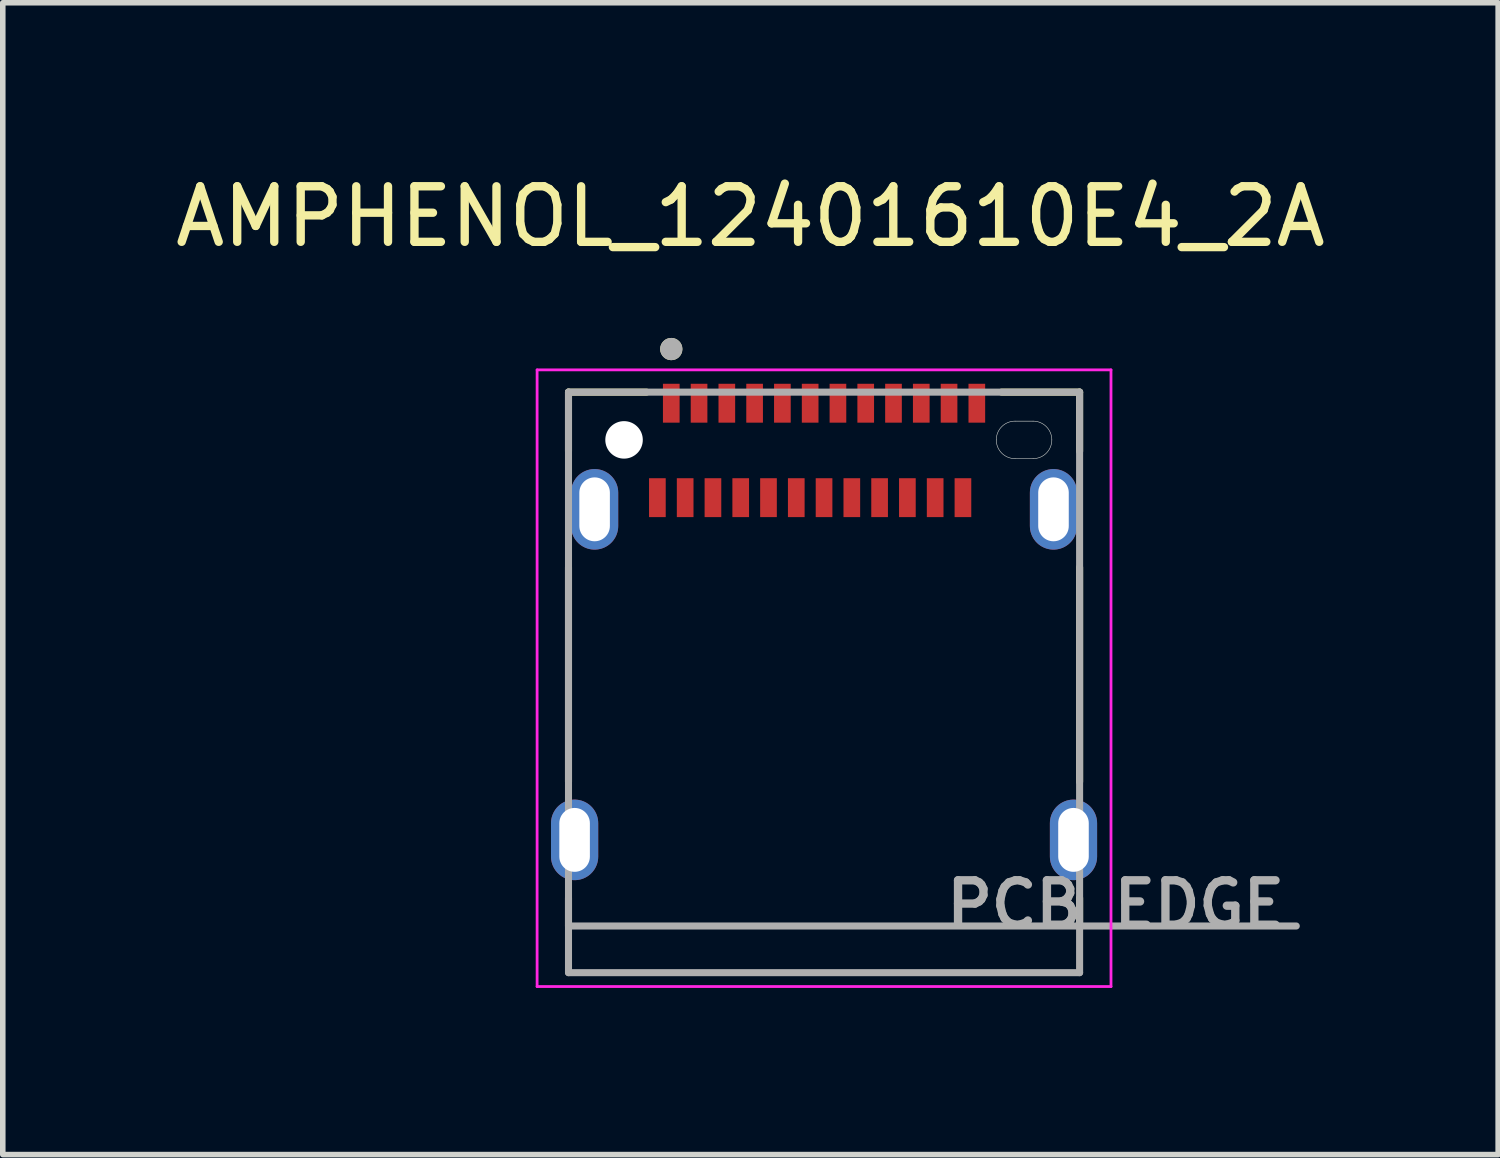
<source format=kicad_pcb>
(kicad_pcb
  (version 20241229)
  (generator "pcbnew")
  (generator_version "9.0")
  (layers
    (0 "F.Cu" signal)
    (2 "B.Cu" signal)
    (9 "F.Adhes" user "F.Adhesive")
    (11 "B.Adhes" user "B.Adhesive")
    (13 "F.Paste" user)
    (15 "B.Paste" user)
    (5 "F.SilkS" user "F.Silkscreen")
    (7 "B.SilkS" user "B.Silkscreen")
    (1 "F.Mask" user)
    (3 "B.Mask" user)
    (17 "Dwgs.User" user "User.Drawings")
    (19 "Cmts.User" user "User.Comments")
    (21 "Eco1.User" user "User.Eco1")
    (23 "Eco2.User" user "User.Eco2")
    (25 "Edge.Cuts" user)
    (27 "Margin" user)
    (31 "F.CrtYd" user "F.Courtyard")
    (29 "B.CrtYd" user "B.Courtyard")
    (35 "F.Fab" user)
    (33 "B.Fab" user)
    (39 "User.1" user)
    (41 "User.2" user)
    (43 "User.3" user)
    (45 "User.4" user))
  (footprint "AMPHENOL_12401610E4_2A"
    (layer "F.Cu")
    (at 11.783 9.233)
    (property "Reference" "AMPHENOL_12401610E4_2A" (at -1.325 -8.385 0) (layer "F.SilkS") (effects (font (size 1 1) (thickness 0.15))))
    (attr smd)
    (fp_poly (pts (xy -3.2 -3.725) (xy -2.8 -3.725) (xy -2.8 -2.925) (xy -3.2 -2.925)) (stroke (width 0.01) (type solid)) (fill yes) (layer "F.Mask"))
    (fp_poly (pts (xy -2.95 -5.425) (xy -2.55 -5.425) (xy -2.55 -4.625) (xy -2.95 -4.625)) (stroke (width 0.01) (type solid)) (fill yes) (layer "F.Mask"))
    (fp_poly (pts (xy -2.7 -3.725) (xy -2.3 -3.725) (xy -2.3 -2.925) (xy -2.7 -2.925)) (stroke (width 0.01) (type solid)) (fill yes) (layer "F.Mask"))
    (fp_poly (pts (xy -2.45 -5.425) (xy -2.05 -5.425) (xy -2.05 -4.625) (xy -2.45 -4.625)) (stroke (width 0.01) (type solid)) (fill yes) (layer "F.Mask"))
    (fp_poly (pts (xy -2.2 -3.725) (xy -1.8 -3.725) (xy -1.8 -2.925) (xy -2.2 -2.925)) (stroke (width 0.01) (type solid)) (fill yes) (layer "F.Mask"))
    (fp_poly (pts (xy -1.95 -5.425) (xy -1.55 -5.425) (xy -1.55 -4.625) (xy -1.95 -4.625)) (stroke (width 0.01) (type solid)) (fill yes) (layer "F.Mask"))
    (fp_poly (pts (xy -1.7 -3.725) (xy -1.3 -3.725) (xy -1.3 -2.925) (xy -1.7 -2.925)) (stroke (width 0.01) (type solid)) (fill yes) (layer "F.Mask"))
    (fp_poly (pts (xy -1.45 -5.425) (xy -1.05 -5.425) (xy -1.05 -4.625) (xy -1.45 -4.625)) (stroke (width 0.01) (type solid)) (fill yes) (layer "F.Mask"))
    (fp_poly (pts (xy -1.2 -3.725) (xy -0.8 -3.725) (xy -0.8 -2.925) (xy -1.2 -2.925)) (stroke (width 0.01) (type solid)) (fill yes) (layer "F.Mask"))
    (fp_poly (pts (xy -0.95 -5.425) (xy -0.55 -5.425) (xy -0.55 -4.625) (xy -0.95 -4.625)) (stroke (width 0.01) (type solid)) (fill yes) (layer "F.Mask"))
    (fp_poly (pts (xy -0.7 -3.725) (xy -0.3 -3.725) (xy -0.3 -2.925) (xy -0.7 -2.925)) (stroke (width 0.01) (type solid)) (fill yes) (layer "F.Mask"))
    (fp_poly (pts (xy -0.45 -5.425) (xy -0.05 -5.425) (xy -0.05 -4.625) (xy -0.45 -4.625)) (stroke (width 0.01) (type solid)) (fill yes) (layer "F.Mask"))
    (fp_poly (pts (xy -0.2 -3.725) (xy 0.2 -3.725) (xy 0.2 -2.925) (xy -0.2 -2.925)) (stroke (width 0.01) (type solid)) (fill yes) (layer "F.Mask"))
    (fp_poly (pts (xy 0.05 -5.425) (xy 0.45 -5.425) (xy 0.45 -4.625) (xy 0.05 -4.625)) (stroke (width 0.01) (type solid)) (fill yes) (layer "F.Mask"))
    (fp_poly (pts (xy 0.3 -3.725) (xy 0.7 -3.725) (xy 0.7 -2.925) (xy 0.3 -2.925)) (stroke (width 0.01) (type solid)) (fill yes) (layer "F.Mask"))
    (fp_poly (pts (xy 0.55 -5.425) (xy 0.95 -5.425) (xy 0.95 -4.625) (xy 0.55 -4.625)) (stroke (width 0.01) (type solid)) (fill yes) (layer "F.Mask"))
    (fp_poly (pts (xy 0.8 -3.725) (xy 1.2 -3.725) (xy 1.2 -2.925) (xy 0.8 -2.925)) (stroke (width 0.01) (type solid)) (fill yes) (layer "F.Mask"))
    (fp_poly (pts (xy 1.05 -5.425) (xy 1.45 -5.425) (xy 1.45 -4.625) (xy 1.05 -4.625)) (stroke (width 0.01) (type solid)) (fill yes) (layer "F.Mask"))
    (fp_poly (pts (xy 1.3 -3.725) (xy 1.7 -3.725) (xy 1.7 -2.925) (xy 1.3 -2.925)) (stroke (width 0.01) (type solid)) (fill yes) (layer "F.Mask"))
    (fp_poly (pts (xy 1.55 -5.425) (xy 1.95 -5.425) (xy 1.95 -4.625) (xy 1.55 -4.625)) (stroke (width 0.01) (type solid)) (fill yes) (layer "F.Mask"))
    (fp_poly (pts (xy 1.8 -3.725) (xy 2.2 -3.725) (xy 2.2 -2.925) (xy 1.8 -2.925)) (stroke (width 0.01) (type solid)) (fill yes) (layer "F.Mask"))
    (fp_poly (pts (xy 2.05 -5.425) (xy 2.45 -5.425) (xy 2.45 -4.625) (xy 2.05 -4.625)) (stroke (width 0.01) (type solid)) (fill yes) (layer "F.Mask"))
    (fp_poly (pts (xy 2.3 -3.725) (xy 2.7 -3.725) (xy 2.7 -2.925) (xy 2.3 -2.925)) (stroke (width 0.01) (type solid)) (fill yes) (layer "F.Mask"))
    (fp_poly (pts (xy 2.55 -5.425) (xy 2.95 -5.425) (xy 2.95 -4.625) (xy 2.55 -4.625)) (stroke (width 0.01) (type solid)) (fill yes) (layer "F.Mask"))
    (fp_poly (pts (xy 3.438 -3.928) (xy 3.415 -3.928) (xy 3.392 -3.93) (xy 3.369 -3.933) (xy 3.347 -3.937) (xy 3.324 -3.942) (xy 3.302 -3.949) (xy 3.281 -3.957) (xy 3.26 -3.965) (xy 3.239 -3.975) (xy 3.219 -3.986) (xy 3.199 -3.998) (xy 3.18 -4.011) (xy 3.162 -4.025) (xy 3.145 -4.04) (xy 3.128 -4.056) (xy 3.112 -4.072) (xy 3.097 -4.09) (xy 3.084 -4.108) (xy 3.071 -4.127) (xy 3.059 -4.146) (xy 3.048 -4.166) (xy 3.038 -4.187) (xy 3.029 -4.208) (xy 3.021 -4.23) (xy 3.015 -4.252) (xy 3.01 -4.274) (xy 3.005 -4.297) (xy 3.002 -4.319) (xy 3.001 -4.342) (xy 3 -4.365) (xy 3.001 -4.388) (xy 3.002 -4.411) (xy 3.005 -4.433) (xy 3.01 -4.456) (xy 3.015 -4.478) (xy 3.021 -4.5) (xy 3.029 -4.522) (xy 3.038 -4.543) (xy 3.048 -4.564) (xy 3.059 -4.584) (xy 3.071 -4.603) (xy 3.084 -4.622) (xy 3.097 -4.64) (xy 3.112 -4.658) (xy 3.128 -4.674) (xy 3.145 -4.69) (xy 3.162 -4.705) (xy 3.18 -4.719) (xy 3.199 -4.732) (xy 3.219 -4.744) (xy 3.239 -4.755) (xy 3.26 -4.765) (xy 3.281 -4.773) (xy 3.302 -4.781) (xy 3.324 -4.788) (xy 3.347 -4.793) (xy 3.369 -4.797) (xy 3.392 -4.8) (xy 3.415 -4.802) (xy 3.438 -4.803) (xy 3.763 -4.803) (xy 3.785 -4.802) (xy 3.808 -4.8) (xy 3.831 -4.797) (xy 3.853 -4.793) (xy 3.876 -4.788) (xy 3.898 -4.781) (xy 3.919 -4.773) (xy 3.94 -4.765) (xy 3.961 -4.755) (xy 3.981 -4.744) (xy 4.001 -4.732) (xy 4.02 -4.719) (xy 4.038 -4.705) (xy 4.055 -4.69) (xy 4.072 -4.674) (xy 4.088 -4.658) (xy 4.103 -4.64) (xy 4.116 -4.622) (xy 4.129 -4.603) (xy 4.141 -4.584) (xy 4.152 -4.564) (xy 4.162 -4.543) (xy 4.171 -4.522) (xy 4.179 -4.5) (xy 4.185 -4.478) (xy 4.19 -4.456) (xy 4.195 -4.433) (xy 4.198 -4.411) (xy 4.199 -4.388) (xy 4.2 -4.365) (xy 4.199 -4.342) (xy 4.198 -4.319) (xy 4.195 -4.297) (xy 4.19 -4.274) (xy 4.185 -4.252) (xy 4.179 -4.23) (xy 4.171 -4.208) (xy 4.162 -4.187) (xy 4.152 -4.166) (xy 4.141 -4.146) (xy 4.129 -4.127) (xy 4.116 -4.108) (xy 4.103 -4.09) (xy 4.088 -4.072) (xy 4.072 -4.056) (xy 4.055 -4.04) (xy 4.038 -4.025) (xy 4.02 -4.011) (xy 4.001 -3.998) (xy 3.981 -3.986) (xy 3.961 -3.975) (xy 3.94 -3.965) (xy 3.919 -3.957) (xy 3.898 -3.949) (xy 3.876 -3.942) (xy 3.853 -3.937) (xy 3.831 -3.933) (xy 3.808 -3.93) (xy 3.785 -3.928) (xy 3.763 -3.928) (xy 3.438 -3.928) (xy 3.438 -3.928)) (stroke (width 0.01) (type solid)) (fill yes) (layer "F.Mask"))
    (fp_poly (pts (xy 3.763 -3.928) (xy 3.785 -3.928) (xy 3.808 -3.93) (xy 3.831 -3.933) (xy 3.853 -3.937) (xy 3.876 -3.942) (xy 3.898 -3.949) (xy 3.919 -3.957) (xy 3.94 -3.965) (xy 3.961 -3.975) (xy 3.981 -3.986) (xy 4.001 -3.998) (xy 4.02 -4.011) (xy 4.038 -4.025) (xy 4.055 -4.04) (xy 4.072 -4.056) (xy 4.088 -4.072) (xy 4.103 -4.09) (xy 4.116 -4.108) (xy 4.129 -4.127) (xy 4.141 -4.146) (xy 4.152 -4.166) (xy 4.162 -4.187) (xy 4.171 -4.208) (xy 4.179 -4.23) (xy 4.185 -4.252) (xy 4.19 -4.274) (xy 4.195 -4.297) (xy 4.198 -4.319) (xy 4.199 -4.342) (xy 4.2 -4.365) (xy 4.199 -4.388) (xy 4.198 -4.411) (xy 4.195 -4.433) (xy 4.19 -4.456) (xy 4.185 -4.478) (xy 4.179 -4.5) (xy 4.171 -4.522) (xy 4.162 -4.543) (xy 4.152 -4.564) (xy 4.141 -4.584) (xy 4.129 -4.603) (xy 4.116 -4.622) (xy 4.103 -4.64) (xy 4.088 -4.658) (xy 4.072 -4.674) (xy 4.055 -4.69) (xy 4.038 -4.705) (xy 4.02 -4.719) (xy 4.001 -4.732) (xy 3.981 -4.744) (xy 3.961 -4.755) (xy 3.94 -4.765) (xy 3.919 -4.773) (xy 3.898 -4.781) (xy 3.876 -4.788) (xy 3.853 -4.793) (xy 3.831 -4.797) (xy 3.808 -4.8) (xy 3.785 -4.802) (xy 3.763 -4.803) (xy 3.438 -4.803) (xy 3.415 -4.802) (xy 3.392 -4.8) (xy 3.369 -4.797) (xy 3.347 -4.793) (xy 3.324 -4.788) (xy 3.302 -4.781) (xy 3.281 -4.773) (xy 3.26 -4.765) (xy 3.239 -4.755) (xy 3.219 -4.744) (xy 3.199 -4.732) (xy 3.18 -4.719) (xy 3.162 -4.705) (xy 3.145 -4.69) (xy 3.128 -4.674) (xy 3.112 -4.658) (xy 3.097 -4.64) (xy 3.084 -4.622) (xy 3.071 -4.603) (xy 3.059 -4.584) (xy 3.048 -4.564) (xy 3.038 -4.543) (xy 3.029 -4.522) (xy 3.021 -4.5) (xy 3.015 -4.478) (xy 3.01 -4.456) (xy 3.005 -4.433) (xy 3.002 -4.411) (xy 3.001 -4.388) (xy 3 -4.365) (xy 3.001 -4.342) (xy 3.002 -4.319) (xy 3.005 -4.297) (xy 3.01 -4.274) (xy 3.015 -4.252) (xy 3.021 -4.23) (xy 3.029 -4.208) (xy 3.038 -4.187) (xy 3.048 -4.166) (xy 3.059 -4.146) (xy 3.071 -4.127) (xy 3.084 -4.108) (xy 3.097 -4.09) (xy 3.112 -4.072) (xy 3.128 -4.056) (xy 3.145 -4.04) (xy 3.162 -4.025) (xy 3.18 -4.011) (xy 3.199 -3.998) (xy 3.219 -3.986) (xy 3.239 -3.975) (xy 3.26 -3.965) (xy 3.281 -3.957) (xy 3.302 -3.949) (xy 3.324 -3.942) (xy 3.347 -3.937) (xy 3.369 -3.933) (xy 3.392 -3.93) (xy 3.415 -3.928) (xy 3.438 -3.928) (xy 3.763 -3.928) (xy 3.763 -3.928)) (stroke (width 0.01) (type solid)) (fill yes) (layer "B.Mask"))
    (fp_line (start -4.6 -5.225) (end -3.195 -5.225) (stroke (width 0.127) (type solid)) (layer "F.SilkS"))
    (fp_line (start -4.6 -4.16) (end -4.6 -5.225) (stroke (width 0.127) (type solid)) (layer "F.SilkS"))
    (fp_line (start -4.6 1.79) (end -4.6 -2.07) (stroke (width 0.127) (type solid)) (layer "F.SilkS"))
    (fp_line (start -4.6 4.385) (end -4.6 3.88) (stroke (width 0.127) (type solid)) (layer "F.SilkS"))
    (fp_line (start 4.6 -5.225) (end 3.195 -5.225) (stroke (width 0.127) (type solid)) (layer "F.SilkS"))
    (fp_line (start 4.6 -4.16) (end 4.6 -5.225) (stroke (width 0.127) (type solid)) (layer "F.SilkS"))
    (fp_line (start 4.6 1.79) (end 4.6 -2.07) (stroke (width 0.127) (type solid)) (layer "F.SilkS"))
    (fp_line (start 4.6 4.385) (end 4.6 3.88) (stroke (width 0.127) (type solid)) (layer "F.SilkS"))
    (fp_circle (center -2.75 -6) (end -2.65 -6) (stroke (width 0.2) (type solid)) (fill no) (layer "F.SilkS"))
    (fp_line (start 3.438 -4.702) (end 3.763 -4.702) (stroke (width 0.01) (type solid)) (layer "Edge.Cuts"))
    (fp_line (start 3.763 -4.027) (end 3.438 -4.027) (stroke (width 0.01) (type solid)) (layer "Edge.Cuts"))
    (fp_arc (start 3.1 -4.365) (mid 3.198851 -4.603649) (end 3.4375 -4.7025) (stroke (width 0.01) (type solid)) (layer "Edge.Cuts"))
    (fp_arc (start 3.4375 -4.0275) (mid 3.198851 -4.126351) (end 3.1 -4.365) (stroke (width 0.01) (type solid)) (layer "Edge.Cuts"))
    (fp_arc (start 3.7625 -4.7025) (mid 4.001149 -4.603649) (end 4.1 -4.365) (stroke (width 0.01) (type solid)) (layer "Edge.Cuts"))
    (fp_arc (start 4.1 -4.365) (mid 4.001149 -4.126351) (end 3.7625 -4.0275) (stroke (width 0.01) (type solid)) (layer "Edge.Cuts"))
    (fp_line (start -5.165 -5.625) (end -5.165 5.475) (stroke (width 0.05) (type solid)) (layer "F.CrtYd"))
    (fp_line (start -5.165 5.475) (end 5.165 5.475) (stroke (width 0.05) (type solid)) (layer "F.CrtYd"))
    (fp_line (start 5.165 -5.625) (end -5.165 -5.625) (stroke (width 0.05) (type solid)) (layer "F.CrtYd"))
    (fp_line (start 5.165 5.475) (end 5.165 -5.625) (stroke (width 0.05) (type solid)) (layer "F.CrtYd"))
    (fp_line (start -4.6 -5.225) (end 4.6 -5.225) (stroke (width 0.127) (type solid)) (layer "F.Fab"))
    (fp_line (start -4.6 4.385) (end -4.6 -5.225) (stroke (width 0.127) (type solid)) (layer "F.Fab"))
    (fp_line (start -4.6 4.385) (end 8.5 4.385) (stroke (width 0.127) (type solid)) (layer "F.Fab"))
    (fp_line (start -4.6 5.225) (end -4.6 4.385) (stroke (width 0.127) (type solid)) (layer "F.Fab"))
    (fp_line (start 4.6 -5.225) (end 4.6 5.225) (stroke (width 0.127) (type solid)) (layer "F.Fab"))
    (fp_line (start 4.6 5.225) (end -4.6 5.225) (stroke (width 0.127) (type solid)) (layer "F.Fab"))
    (fp_circle (center -2.75 -6) (end -2.65 -6) (stroke (width 0.2) (type solid)) (fill no) (layer "F.Fab"))
    (fp_text user "PCB EDGE" (at 5.25 4 0) (layer "F.Fab") (effects (font (size 0.8 0.8) (thickness 0.15))))
    (pad "" np_thru_hole circle (at -3.6 -4.365) (size 0.675 0.675) (drill 0.675) (layers "*.Cu" "*.Mask"))
    (pad "A1" smd rect (at -2.75 -5.025) (size 0.3 0.7) (layers "F.Cu" "F.Paste"))
    (pad "A2" smd rect (at -2.25 -5.025) (size 0.3 0.7) (layers "F.Cu" "F.Paste"))
    (pad "A3" smd rect (at -1.75 -5.025) (size 0.3 0.7) (layers "F.Cu" "F.Paste"))
    (pad "A4" smd rect (at -1.25 -5.025) (size 0.3 0.7) (layers "F.Cu" "F.Paste"))
    (pad "A5" smd rect (at -0.75 -5.025) (size 0.3 0.7) (layers "F.Cu" "F.Paste"))
    (pad "A6" smd rect (at -0.25 -5.025) (size 0.3 0.7) (layers "F.Cu" "F.Paste"))
    (pad "A7" smd rect (at 0.25 -5.025) (size 0.3 0.7) (layers "F.Cu" "F.Paste"))
    (pad "A8" smd rect (at 0.75 -5.025) (size 0.3 0.7) (layers "F.Cu" "F.Paste"))
    (pad "A9" smd rect (at 1.25 -5.025) (size 0.3 0.7) (layers "F.Cu" "F.Paste"))
    (pad "A10" smd rect (at 1.75 -5.025) (size 0.3 0.7) (layers "F.Cu" "F.Paste"))
    (pad "A11" smd rect (at 2.25 -5.025) (size 0.3 0.7) (layers "F.Cu" "F.Paste"))
    (pad "A12" smd rect (at 2.75 -5.025) (size 0.3 0.7) (layers "F.Cu" "F.Paste"))
    (pad "B1" smd rect (at 2.5 -3.325) (size 0.3 0.7) (layers "F.Cu" "F.Paste"))
    (pad "B2" smd rect (at 2 -3.325) (size 0.3 0.7) (layers "F.Cu" "F.Paste"))
    (pad "B3" smd rect (at 1.5 -3.325) (size 0.3 0.7) (layers "F.Cu" "F.Paste"))
    (pad "B4" smd rect (at 1 -3.325) (size 0.3 0.7) (layers "F.Cu" "F.Paste"))
    (pad "B5" smd rect (at 0.5 -3.325) (size 0.3 0.7) (layers "F.Cu" "F.Paste"))
    (pad "B6" smd rect (at 0 -3.325) (size 0.3 0.7) (layers "F.Cu" "F.Paste"))
    (pad "B7" smd rect (at -0.5 -3.325) (size 0.3 0.7) (layers "F.Cu" "F.Paste"))
    (pad "B8" smd rect (at -1 -3.325) (size 0.3 0.7) (layers "F.Cu" "F.Paste"))
    (pad "B9" smd rect (at -1.5 -3.325) (size 0.3 0.7) (layers "F.Cu" "F.Paste"))
    (pad "B10" smd rect (at -2 -3.325) (size 0.3 0.7) (layers "F.Cu" "F.Paste"))
    (pad "B11" smd rect (at -2.5 -3.325) (size 0.3 0.7) (layers "F.Cu" "F.Paste"))
    (pad "B12" smd rect (at -3 -3.325) (size 0.3 0.7) (layers "F.Cu" "F.Paste"))
    (pad "SH1" thru_hole oval (at -4.49 2.835) (size 0.85 1.45) (drill oval 0.55 1.15) (layers "*.Cu" "*.Mask"))
    (pad "SH2" thru_hole oval (at 4.49 2.835) (size 0.85 1.45) (drill oval 0.55 1.15) (layers "*.Cu" "*.Mask"))
    (pad "SH3" thru_hole oval (at -4.13 -3.115) (size 0.85 1.45) (drill oval 0.55 1.15) (layers "*.Cu" "*.Mask"))
    (pad "SH4" thru_hole oval (at 4.13 -3.115) (size 0.85 1.45) (drill oval 0.55 1.15) (layers "*.Cu" "*.Mask"))
    (zone (net_name "") (layer "F.Cu") (hatch full 0.508) (connect_pads) (min_thickness 0.01) (filled_areas_thickness no) (keepout (tracks not_allowed) (vias not_allowed) (pads not_allowed) (copperpour not_allowed) (footprints allowed)) (placement (enabled no)) (fill) (polygon (pts (xy 8.033 6.818) (xy 15.533 6.818) (xy 15.533 13.618) (xy 8.033 13.618))))
    (zone (net_name "") (layers "F.Cu" "B.Cu") (hatch full 0.508) (connect_pads) (min_thickness 0.01) (filled_areas_thickness no) (keepout (tracks allowed) (vias not_allowed) (pads allowed) (copperpour allowed) (footprints allowed)) (placement (enabled no)) (fill) (polygon (pts (xy 8.033 6.818) (xy 15.533 6.818) (xy 15.533 13.618) (xy 8.033 13.618)))))
  (gr_rect
    (start -3 -3)
    (end 23.917 17.733)
    (stroke (width 0.1) (type default))
    (fill no)
    (layer "Edge.Cuts")))
</source>
